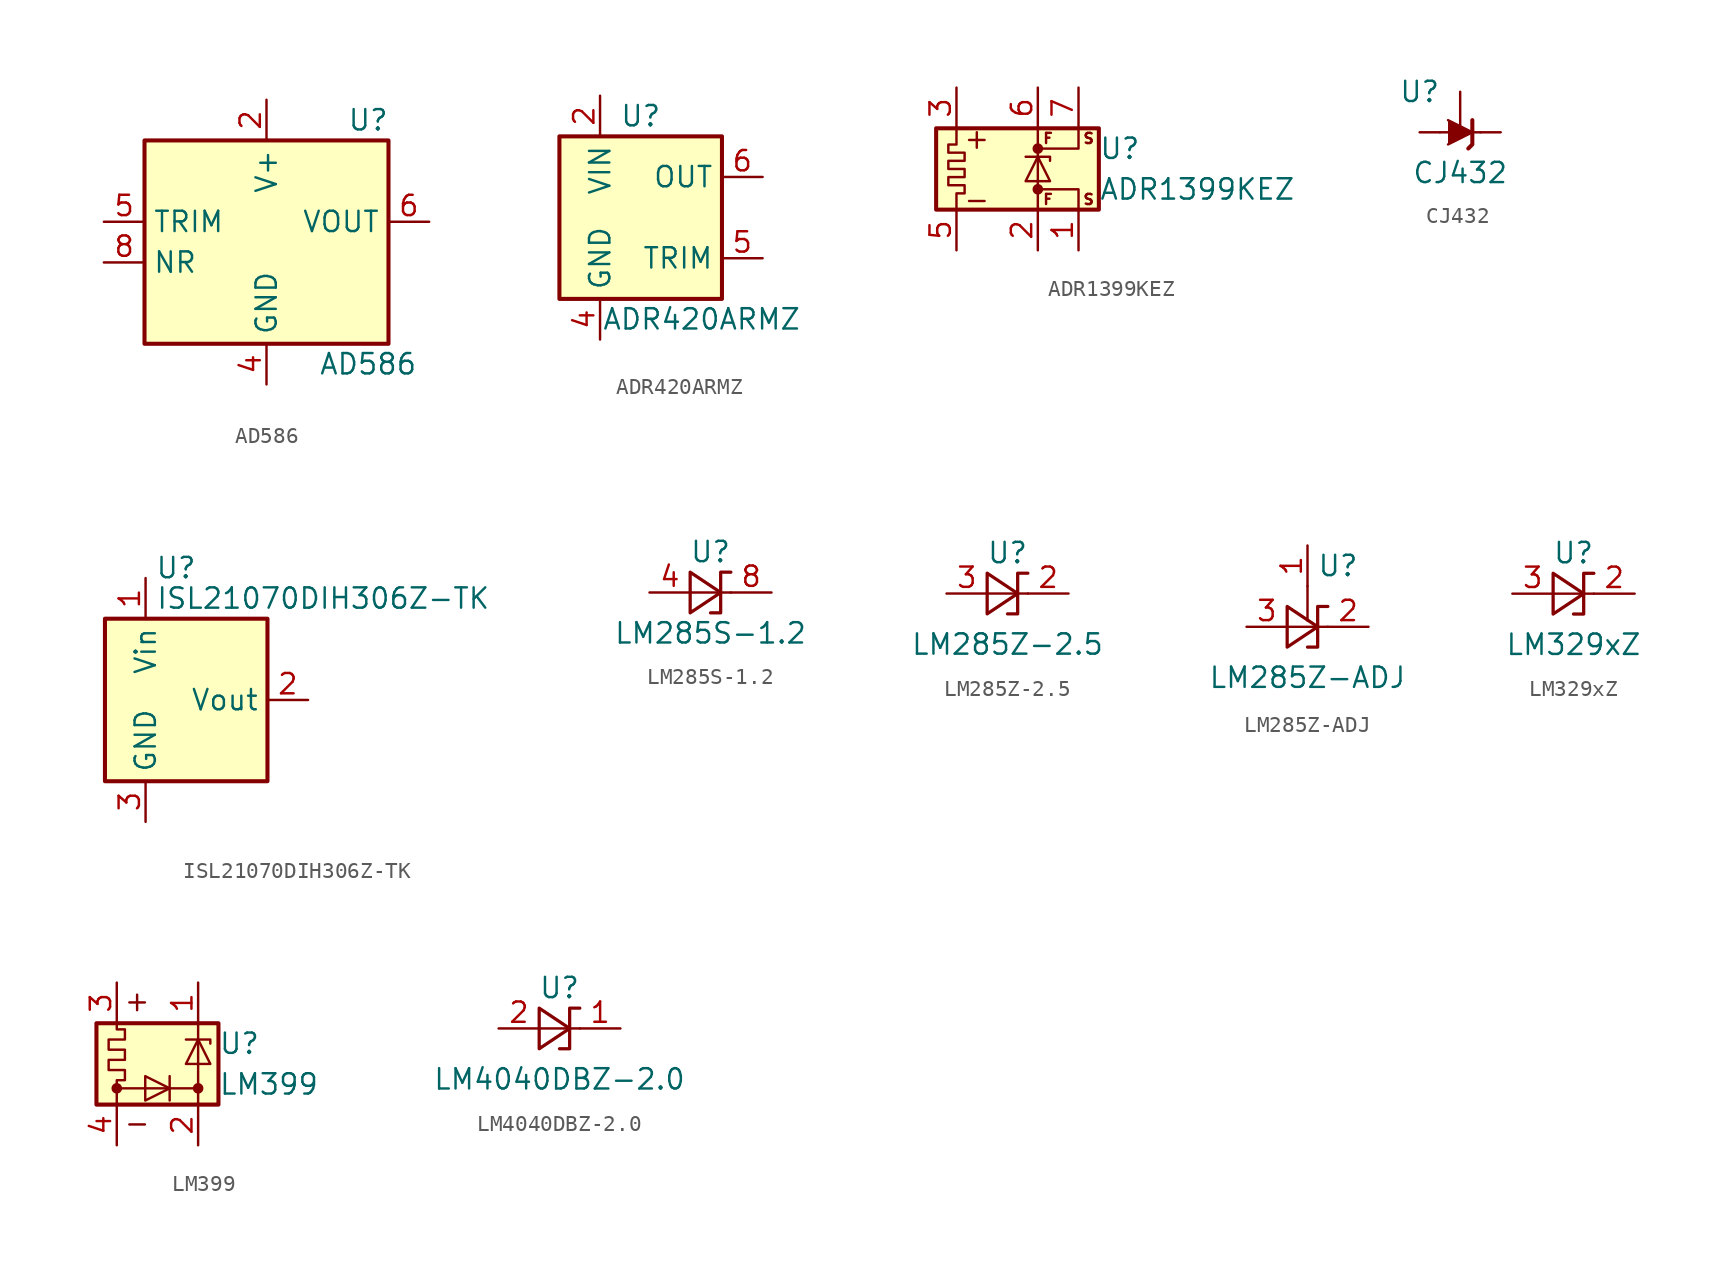
<source format=kicad_sym>
(kicad_symbol_lib
  (version 20241209)
  (generator "kicad_symbol_editor")
  (generator_version "9.0")
  (symbol "AD586"
    (property "Reference" "U"
      (at 6.35 6.35 0)
      (effects (font (size 1.27 1.27))))
    (property "Value" "AD586"
      (at 6.35 -8.89 0)
      (effects (font (size 1.27 1.27))))
    (symbol "AD586_0_1"
      (rectangle (start -7.62 5.08) (end 7.62 -7.62) (stroke (width 0.254) (type default)) (fill (type background))))
    (symbol "AD586_1_1"
      (pin input line (at -10.16 0 0) (length 2.54) (name "TRIM" (effects (font (size 1.27 1.27)))) (number "5" (effects (font (size 1.27 1.27)))))
      (pin input line (at -10.16 -2.54 0) (length 2.54) (name "NR" (effects (font (size 1.27 1.27)))) (number "8" (effects (font (size 1.27 1.27)))))
      (pin no_connect line (at -7.62 2.54 0) (length 2.54) (hide yes) (name "NC" (effects (font (size 1.27 1.27)))) (number "1" (effects (font (size 1.27 1.27)))))
      (pin no_connect line (at -7.62 -5.08 0) (length 2.54) (hide yes) (name "NC" (effects (font (size 1.27 1.27)))) (number "3" (effects (font (size 1.27 1.27)))))
      (pin power_in line (at 0 7.62 270) (length 2.54) (name "V+" (effects (font (size 1.27 1.27)))) (number "2" (effects (font (size 1.27 1.27)))))
      (pin power_in line (at 0 -10.16 90) (length 2.54) (name "GND" (effects (font (size 1.27 1.27)))) (number "4" (effects (font (size 1.27 1.27)))))
      (pin no_connect line (at 7.62 -5.08 180) (length 2.54) (hide yes) (name "NC" (effects (font (size 1.27 1.27)))) (number "7" (effects (font (size 1.27 1.27)))))
      (pin power_out line (at 10.16 0 180) (length 2.54) (name "VOUT" (effects (font (size 1.27 1.27)))) (number "6" (effects (font (size 1.27 1.27)))))))
  (symbol "ADR420ARMZ"
    (property "Reference" "U"
      (at 0 6.35 0)
      (effects (font (size 1.27 1.27))))
    (property "Value" "ADR420ARMZ"
      (at 3.81 -6.35 0)
      (effects (font (size 1.27 1.27))))
    (symbol "ADR420ARMZ_0_1"
      (rectangle (start 5.08 -5.08) (end -5.08 5.08) (stroke (width 0.254) (type default)) (fill (type background)))
      (pin no_connect line (at -5.08 2.54 0) (length 2.54) (hide yes) (name "NC" (effects (font (size 1.27 1.27)))) (number "7" (effects (font (size 1.27 1.27)))))
      (pin no_connect line (at -5.08 0 0) (length 2.54) (hide yes) (name "TP" (effects (font (size 1.27 1.27)))) (number "1" (effects (font (size 1.27 1.27)))))
      (pin no_connect line (at -5.08 -2.54 0) (length 2.54) (hide yes) (name "TP" (effects (font (size 1.27 1.27)))) (number "8" (effects (font (size 1.27 1.27)))))
      (pin power_in line (at -2.54 7.62 270) (length 2.54) (name "VIN" (effects (font (size 1.27 1.27)))) (number "2" (effects (font (size 1.27 1.27)))))
      (pin power_in line (at -2.54 -7.62 90) (length 2.54) (name "GND" (effects (font (size 1.27 1.27)))) (number "4" (effects (font (size 1.27 1.27)))))
      (pin no_connect line (at 5.08 0 180) (length 2.54) (hide yes) (name "NC" (effects (font (size 1.27 1.27)))) (number "3" (effects (font (size 1.27 1.27)))))
      (pin output line (at 7.62 2.54 180) (length 2.54) (name "OUT" (effects (font (size 1.27 1.27)))) (number "6" (effects (font (size 1.27 1.27)))))
      (pin passive line (at 7.62 -2.54 180) (length 2.54) (name "TRIM" (effects (font (size 1.27 1.27)))) (number "5" (effects (font (size 1.27 1.27)))))))
  (symbol "ADR1399KEZ"
    (pin_names
      (offset 1.016)
      (hide yes))
    (property "Reference" "U"
      (at 3.81 1.27 0)
      (effects (font (size 1.27 1.27)) (justify left)))
    (property "Value" "ADR1399KEZ"
      (at 3.81 -1.27 0)
      (effects (font (size 1.27 1.27)) (justify left)))
    (symbol "ADR1399KEZ_0_0"
      (text "+" (at -3.81 1.905 0) (effects (font (size 1.27 1.27)))))
    (symbol "ADR1399KEZ_0_1"
      (rectangle (start -6.35 2.54) (end 3.81 -2.54) (stroke (width 0.254) (type default)) (fill (type background)))
      (polyline (pts (xy -5.08 -2.54) (xy -5.08 -1.524) (xy -4.572 -1.524) (xy -4.572 -1.016) (xy -5.588 -1.016) (xy -5.588 -0.508) (xy -4.572 -0.508) (xy -4.572 0) (xy -5.588 0) (xy -5.588 0.508) (xy -4.572 0.508) (xy -4.572 1.016) (xy -5.588 1.016) (xy -5.588 1.524) (xy -5.08 1.524) (xy -5.08 2.54)) (stroke (width 0) (type default)) (fill (type none)))
      (circle (center 0 1.27) (radius 0.254) (stroke (width 0) (type default)) (fill (type outline)))
      (circle (center 0 -1.27) (radius 0.254) (stroke (width 0) (type default)) (fill (type outline)))
      (polyline (pts (xy 2.54 2.54) (xy 2.54 1.27) (xy 0 1.27)) (stroke (width 0) (type default)) (fill (type none)))
      (polyline (pts (xy 2.54 -2.54) (xy 2.54 -1.27) (xy 0 -1.27)) (stroke (width 0) (type default)) (fill (type none))))
    (symbol "ADR1399KEZ_1_1"
      (polyline (pts (xy -0.762 0.762) (xy 0.762 0.762) (xy 0.762 0.508)) (stroke (width 0) (type default)) (fill (type none)))
      (polyline (pts (xy -0.762 -0.762) (xy 0.762 -0.762) (xy 0 0.762) (xy -0.762 -0.762)) (stroke (width 0) (type default)) (fill (type none)))
      (polyline (pts (xy 0 2.54) (xy 0 -2.54)) (stroke (width 0) (type default)) (fill (type none)))
      (text "-" (at -3.81 -1.905 0) (effects (font (size 1.27 1.27))))
      (text "F" (at 0.635 1.905 0) (effects (font (size 0.635 0.635))))
      (text "F" (at 0.635 -1.905 0) (effects (font (size 0.635 0.635))))
      (text "S" (at 3.175 1.905 0) (effects (font (size 0.635 0.635))))
      (text "S" (at 3.175 -1.905 0) (effects (font (size 0.635 0.635))))
      (pin power_in line (at -5.08 5.08 270) (length 2.54) (name "HEATER+" (effects (font (size 1.27 1.27)))) (number "3" (effects (font (size 1.27 1.27)))))
      (pin power_in line (at -5.08 -5.08 90) (length 2.54) (name "HEATER-" (effects (font (size 1.27 1.27)))) (number "5" (effects (font (size 1.27 1.27)))))
      (pin no_connect line (at -2.54 2.54 270) (length 2.54) (hide yes) (name "NC" (effects (font (size 1.27 1.27)))) (number "8" (effects (font (size 1.27 1.27)))))
      (pin no_connect line (at -2.54 -2.54 90) (length 2.54) (hide yes) (name "NC" (effects (font (size 1.27 1.27)))) (number "4" (effects (font (size 1.27 1.27)))))
      (pin passive line (at 0 5.08 270) (length 2.54) (name "+REFF" (effects (font (size 1.27 1.27)))) (number "6" (effects (font (size 1.27 1.27)))))
      (pin passive line (at 0 -5.08 90) (length 2.54) (name "-REFF" (effects (font (size 1.27 1.27)))) (number "2" (effects (font (size 1.27 1.27)))))
      (pin passive line (at 2.54 5.08 270) (length 2.54) (name "+REFS" (effects (font (size 1.27 1.27)))) (number "7" (effects (font (size 1.27 1.27)))))
      (pin passive line (at 2.54 -5.08 90) (length 2.54) (name "-REFS" (effects (font (size 1.27 1.27)))) (number "1" (effects (font (size 1.27 1.27)))))))
  (symbol "CJ432"
    (pin_numbers
      (hide yes))
    (pin_names
      (hide yes))
    (property "Reference" "U"
      (at -2.54 2.54 0)
      (effects (font (size 1.27 1.27))))
    (property "Value" "CJ432"
      (at 0 -2.54 0)
      (effects (font (size 1.27 1.27))))
    (symbol "CJ432_0_1"
      (polyline (pts (xy -1.27 0) (xy 0 0) (xy 1.27 0)) (stroke (width 0) (type default)) (fill (type none)))
      (polyline (pts (xy -0.762 0.762) (xy 0.762 0) (xy -0.762 -0.762)) (stroke (width 0) (type default)) (fill (type outline)))
      (polyline (pts (xy 0.508 -1.016) (xy 0.762 -0.762) (xy 0.762 0.762) (xy 0.762 0.762)) (stroke (width 0.254) (type default)) (fill (type none))))
    (symbol "CJ432_1_1"
      (pin passive line (at -2.54 0 0) (length 1.27) (name "A" (effects (font (size 1.27 1.27)))) (number "3" (effects (font (size 1.27 1.27)))))
      (pin passive line (at 0 2.54 270) (length 2.54) (name "REF" (effects (font (size 1.27 1.27)))) (number "1" (effects (font (size 1.27 1.27)))))
      (pin passive line (at 2.54 0 180) (length 1.27) (name "K" (effects (font (size 1.27 1.27)))) (number "2" (effects (font (size 1.27 1.27)))))))
  (symbol "ISL21070DIH306Z-TK"
    (property "Reference" "U"
      (at -0.635 8.255 0)
      (effects (font (size 1.27 1.27))))
    (property "Value" "ISL21070DIH306Z-TK"
      (at -1.905 6.35 0)
      (effects (font (size 1.27 1.27)) (justify left)))
    (symbol "ISL21070DIH306Z-TK_0_1"
      (rectangle (start -5.08 5.08) (end 5.08 -5.08) (stroke (width 0.254) (type default)) (fill (type background))))
    (symbol "ISL21070DIH306Z-TK_1_1"
      (pin power_in line (at -2.54 7.62 270) (length 2.54) (name "Vin" (effects (font (size 1.27 1.27)))) (number "1" (effects (font (size 1.27 1.27)))))
      (pin power_in line (at -2.54 -7.62 90) (length 2.54) (name "GND" (effects (font (size 1.27 1.27)))) (number "3" (effects (font (size 1.27 1.27)))))
      (pin power_out line (at 7.62 0 180) (length 2.54) (name "Vout" (effects (font (size 1.27 1.27)))) (number "2" (effects (font (size 1.27 1.27)))))))
  (symbol "LM285S-1.2"
    (pin_names
      (offset 0.025)
      (hide yes))
    (property "Reference" "U"
      (at 0 2.54 0)
      (effects (font (size 1.27 1.27))))
    (property "Value" "LM285S-1.2"
      (at 0 -2.54 0)
      (effects (font (size 1.27 1.27))))
    (symbol "LM285S-1.2_0_1"
      (polyline (pts (xy -1.27 0) (xy 0 0) (xy 1.27 0)) (stroke (width 0) (type default)) (fill (type none)))
      (polyline (pts (xy -1.27 -1.27) (xy 0.635 0) (xy -1.27 1.27) (xy -1.27 -1.27)) (stroke (width 0.203) (type default)) (fill (type none)))
      (polyline (pts (xy 0 -1.27) (xy 0.635 -1.27) (xy 0.635 1.27) (xy 1.27 1.27)) (stroke (width 0.203) (type default)) (fill (type none))))
    (symbol "LM285S-1.2_1_1"
      (pin passive line (at -3.81 0 0) (length 2.54) (name "A" (effects (font (size 1.27 1.27)))) (number "4" (effects (font (size 1.27 1.27)))))
      (pin passive line (at 3.81 0 180) (length 2.54) (hide yes) (name "K" (effects (font (size 1.27 1.27)))) (number "6" (effects (font (size 1.27 1.27)))))
      (pin passive line (at 3.81 0 180) (length 2.54) (name "K" (effects (font (size 1.27 1.27)))) (number "8" (effects (font (size 1.27 1.27)))))))
  (symbol "LM285Z-2.5"
    (pin_names
      (offset 0.025)
      (hide yes))
    (property "Reference" "U"
      (at 0 2.54 0)
      (effects (font (size 1.27 1.27))))
    (property "Value" "LM285Z-2.5"
      (at 0 -3.175 0)
      (effects (font (size 1.27 1.27))))
    (symbol "LM285Z-2.5_0_1"
      (polyline (pts (xy -1.27 0) (xy 0 0) (xy 1.27 0)) (stroke (width 0) (type default)) (fill (type none)))
      (polyline (pts (xy -1.27 -1.27) (xy 0.635 0) (xy -1.27 1.27) (xy -1.27 -1.27)) (stroke (width 0.203) (type default)) (fill (type none)))
      (polyline (pts (xy 0 -1.27) (xy 0.635 -1.27) (xy 0.635 1.27) (xy 1.27 1.27)) (stroke (width 0.203) (type default)) (fill (type none))))
    (symbol "LM285Z-2.5_1_1"
      (pin passive line (at -3.81 0 0) (length 2.54) (name "A" (effects (font (size 1.27 1.27)))) (number "3" (effects (font (size 1.27 1.27)))))
      (pin passive line (at 3.81 0 180) (length 2.54) (name "K" (effects (font (size 1.27 1.27)))) (number "2" (effects (font (size 1.27 1.27)))))))
  (symbol "LM285Z-ADJ"
    (pin_names
      (offset 0.025)
      (hide yes))
    (property "Reference" "U"
      (at 1.905 3.81 0)
      (effects (font (size 1.27 1.27))))
    (property "Value" "LM285Z-ADJ"
      (at 0 -3.175 0)
      (effects (font (size 1.27 1.27))))
    (symbol "LM285Z-ADJ_0_1"
      (polyline (pts (xy -1.27 0) (xy 0 0) (xy 1.27 0)) (stroke (width 0) (type default)) (fill (type none)))
      (polyline (pts (xy -1.27 -1.27) (xy 0.635 0) (xy -1.27 1.27) (xy -1.27 -1.27)) (stroke (width 0.203) (type default)) (fill (type none)))
      (polyline (pts (xy 0 2.54) (xy 0 0.381)) (stroke (width 0) (type default)) (fill (type none)))
      (polyline (pts (xy 0 -1.27) (xy 0.635 -1.27) (xy 0.635 1.27) (xy 1.27 1.27)) (stroke (width 0.203) (type default)) (fill (type none))))
    (symbol "LM285Z-ADJ_1_1"
      (pin passive line (at -3.81 0 0) (length 2.54) (name "A" (effects (font (size 1.27 1.27)))) (number "3" (effects (font (size 1.27 1.27)))))
      (pin input line (at 0 5.08 270) (length 2.54) (name "FB" (effects (font (size 1.27 1.27)))) (number "1" (effects (font (size 1.27 1.27)))))
      (pin passive line (at 3.81 0 180) (length 2.54) (name "K" (effects (font (size 1.27 1.27)))) (number "2" (effects (font (size 1.27 1.27)))))))
  (symbol "LM329xZ"
    (pin_names
      (offset 0.025)
      (hide yes))
    (property "Reference" "U"
      (at 0 2.54 0)
      (effects (font (size 1.27 1.27))))
    (property "Value" "LM329xZ"
      (at 0 -3.175 0)
      (effects (font (size 1.27 1.27))))
    (symbol "LM329xZ_0_1"
      (polyline (pts (xy -1.27 0) (xy 0 0) (xy 1.27 0)) (stroke (width 0) (type default)) (fill (type none)))
      (polyline (pts (xy -1.27 -1.27) (xy 0.635 0) (xy -1.27 1.27) (xy -1.27 -1.27)) (stroke (width 0.203) (type default)) (fill (type none)))
      (polyline (pts (xy 0 -1.27) (xy 0.635 -1.27) (xy 0.635 1.27) (xy 1.27 1.27)) (stroke (width 0.203) (type default)) (fill (type none))))
    (symbol "LM329xZ_1_1"
      (pin passive line (at -3.81 0 0) (length 2.54) (name "A" (effects (font (size 1.27 1.27)))) (number "3" (effects (font (size 1.27 1.27)))))
      (pin no_connect line (at 0 0 0) (length 2.54) (hide yes) (name "NC" (effects (font (size 1.27 1.27)))) (number "1" (effects (font (size 1.27 1.27)))))
      (pin passive line (at 3.81 0 180) (length 2.54) (name "K" (effects (font (size 1.27 1.27)))) (number "2" (effects (font (size 1.27 1.27)))))))
  (symbol "LM399"
    (pin_names
      (offset 1.016)
      (hide yes))
    (property "Reference" "U"
      (at 3.81 1.27 0)
      (effects (font (size 1.27 1.27)) (justify left)))
    (property "Value" "LM399"
      (at 3.81 -1.27 0)
      (effects (font (size 1.27 1.27)) (justify left)))
    (symbol "LM399_0_0"
      (text "+" (at -1.27 3.937 0) (effects (font (size 1.27 1.27)))))
    (symbol "LM399_0_1"
      (rectangle (start -3.81 2.54) (end 3.81 -2.54) (stroke (width 0.254) (type default)) (fill (type background)))
      (circle (center -2.54 -1.524) (radius 0.254) (stroke (width 0) (type default)) (fill (type outline)))
      (polyline (pts (xy -2.54 -2.54) (xy -2.54 -1.016) (xy -2.032 -1.016) (xy -2.032 -0.381) (xy -3.048 -0.381) (xy -3.048 0.254) (xy -2.032 0.254) (xy -2.032 0.889) (xy -3.048 0.889) (xy -3.048 1.524) (xy -2.032 1.524) (xy -2.032 2.159) (xy -2.54 2.159) (xy -2.54 2.54)) (stroke (width 0) (type default)) (fill (type none)))
      (circle (center 2.54 -1.524) (radius 0.254) (stroke (width 0) (type default)) (fill (type outline))))
    (symbol "LM399_1_1"
      (polyline (pts (xy -0.762 -0.762) (xy -0.762 -2.286) (xy 0.762 -1.524) (xy -0.762 -0.762)) (stroke (width 0) (type default)) (fill (type none)))
      (polyline (pts (xy 0.762 -0.762) (xy 0.762 -1.524) (xy 0.762 -2.286)) (stroke (width 0) (type default)) (fill (type none)))
      (polyline (pts (xy 1.778 1.524) (xy 3.302 1.524) (xy 3.302 1.27)) (stroke (width 0) (type default)) (fill (type none)))
      (polyline (pts (xy 1.778 0) (xy 3.302 0) (xy 2.54 1.524) (xy 1.778 0)) (stroke (width 0) (type default)) (fill (type none)))
      (polyline (pts (xy 2.54 2.54) (xy 2.54 -2.54)) (stroke (width 0) (type default)) (fill (type none)))
      (polyline (pts (xy 2.54 -1.524) (xy -2.54 -1.524)) (stroke (width 0) (type default)) (fill (type none)))
      (text "-" (at -1.27 -3.683 0) (effects (font (size 1.27 1.27))))
      (pin power_in line (at -2.54 5.08 270) (length 2.54) (name "~" (effects (font (size 1.27 1.27)))) (number "3" (effects (font (size 1.27 1.27)))))
      (pin power_in line (at -2.54 -5.08 90) (length 2.54) (name "~" (effects (font (size 1.27 1.27)))) (number "4" (effects (font (size 1.27 1.27)))))
      (pin passive line (at 2.54 5.08 270) (length 2.54) (name "~" (effects (font (size 1.27 1.27)))) (number "1" (effects (font (size 1.27 1.27)))))
      (pin passive line (at 2.54 -5.08 90) (length 2.54) (name "~" (effects (font (size 1.27 1.27)))) (number "2" (effects (font (size 1.27 1.27)))))))
  (symbol "LM4040DBZ-2.0"
    (pin_names
      (offset 0.025)
      (hide yes))
    (property "Reference" "U"
      (at 0 2.54 0)
      (effects (font (size 1.27 1.27))))
    (property "Value" "LM4040DBZ-2.0"
      (at 0 -3.175 0)
      (effects (font (size 1.27 1.27))))
    (symbol "LM4040DBZ-2.0_0_1"
      (polyline (pts (xy -1.27 0) (xy 0 0) (xy 1.27 0)) (stroke (width 0) (type default)) (fill (type none)))
      (polyline (pts (xy -1.27 -1.27) (xy 0.635 0) (xy -1.27 1.27) (xy -1.27 -1.27)) (stroke (width 0.203) (type default)) (fill (type none)))
      (polyline (pts (xy 0 -1.27) (xy 0.635 -1.27) (xy 0.635 1.27) (xy 1.27 1.27)) (stroke (width 0.203) (type default)) (fill (type none))))
    (symbol "LM4040DBZ-2.0_1_1"
      (pin passive line (at -3.81 0 0) (length 2.54) (name "A" (effects (font (size 1.27 1.27)))) (number "2" (effects (font (size 1.27 1.27)))))
      (pin no_connect line (at -1.27 0 0) (length 2.54) (hide yes) (name "NC" (effects (font (size 1.27 1.27)))) (number "3" (effects (font (size 1.27 1.27)))))
      (pin passive line (at 3.81 0 180) (length 2.54) (name "K" (effects (font (size 1.27 1.27)))) (number "1" (effects (font (size 1.27 1.27))))))))
</source>
